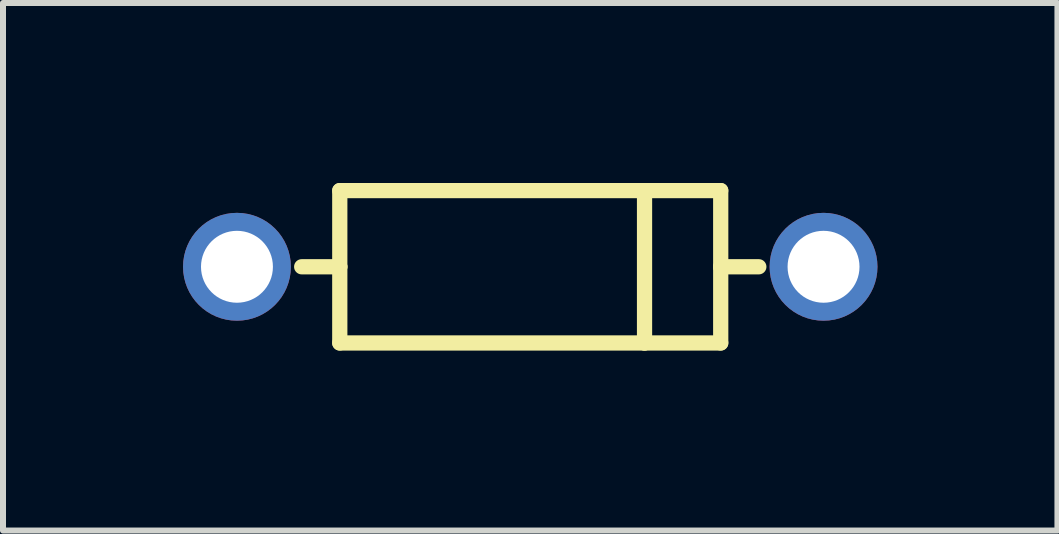
<source format=kicad_pcb>
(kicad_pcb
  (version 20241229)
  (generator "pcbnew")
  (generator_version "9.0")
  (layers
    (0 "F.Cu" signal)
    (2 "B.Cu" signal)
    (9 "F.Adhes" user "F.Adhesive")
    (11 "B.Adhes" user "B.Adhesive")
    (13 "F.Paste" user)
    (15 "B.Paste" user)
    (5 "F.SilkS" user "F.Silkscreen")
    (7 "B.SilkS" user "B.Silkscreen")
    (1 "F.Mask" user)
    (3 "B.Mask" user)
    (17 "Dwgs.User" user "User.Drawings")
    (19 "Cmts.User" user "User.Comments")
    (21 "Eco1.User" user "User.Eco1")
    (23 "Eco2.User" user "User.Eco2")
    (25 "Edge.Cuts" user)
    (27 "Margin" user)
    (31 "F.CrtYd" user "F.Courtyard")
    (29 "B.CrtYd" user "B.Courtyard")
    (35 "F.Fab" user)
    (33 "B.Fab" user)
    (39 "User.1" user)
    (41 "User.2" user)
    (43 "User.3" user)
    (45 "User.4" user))
  (footprint "DIODE-1N4001"
    (layer "F.Cu")
    (at 5.789 1.397)
    (property "Reference" "DIODE-1N4001" (at -0.535 0.172 0) (layer "Eco1.User") (effects (font (size 0.6 0.6) (thickness 0.1))))
    (attr through_hole)
    (fp_line (start -3.175 -1.27) (end -3.175 0) (stroke (width 0.254) (type solid)) (layer "F.SilkS"))
    (fp_line (start -3.175 0) (end -3.81 0) (stroke (width 0.254) (type solid)) (layer "F.SilkS"))
    (fp_line (start -3.175 0) (end -3.175 1.27) (stroke (width 0.254) (type solid)) (layer "F.SilkS"))
    (fp_line (start -3.175 1.27) (end 1.905 1.27) (stroke (width 0.254) (type solid)) (layer "F.SilkS"))
    (fp_line (start 1.905 -1.27) (end -3.175 -1.27) (stroke (width 0.254) (type solid)) (layer "F.SilkS"))
    (fp_line (start 1.905 -1.27) (end 1.905 1.27) (stroke (width 0.254) (type solid)) (layer "F.SilkS"))
    (fp_line (start 1.905 1.27) (end 3.175 1.27) (stroke (width 0.254) (type solid)) (layer "F.SilkS"))
    (fp_line (start 3.175 -1.27) (end 1.905 -1.27) (stroke (width 0.254) (type solid)) (layer "F.SilkS"))
    (fp_line (start 3.175 0) (end 3.175 -1.27) (stroke (width 0.254) (type solid)) (layer "F.SilkS"))
    (fp_line (start 3.175 0) (end 3.81 0) (stroke (width 0.254) (type solid)) (layer "F.SilkS"))
    (fp_line (start 3.175 1.27) (end 3.175 0) (stroke (width 0.254) (type solid)) (layer "F.SilkS"))
    (pad "A" thru_hole oval (at -4.889 0) (size 1.798 1.798) (drill 1.199) (layers "*.Cu" "*.Mask"))
    (pad "K" thru_hole oval (at 4.889 0) (size 1.798 1.798) (drill 1.199) (layers "*.Cu" "*.Mask")))
  (gr_rect
    (start -3 -3)
    (end 14.577 5.794)
    (stroke (width 0.1) (type default))
    (fill no)
    (layer "Edge.Cuts")))
</source>
